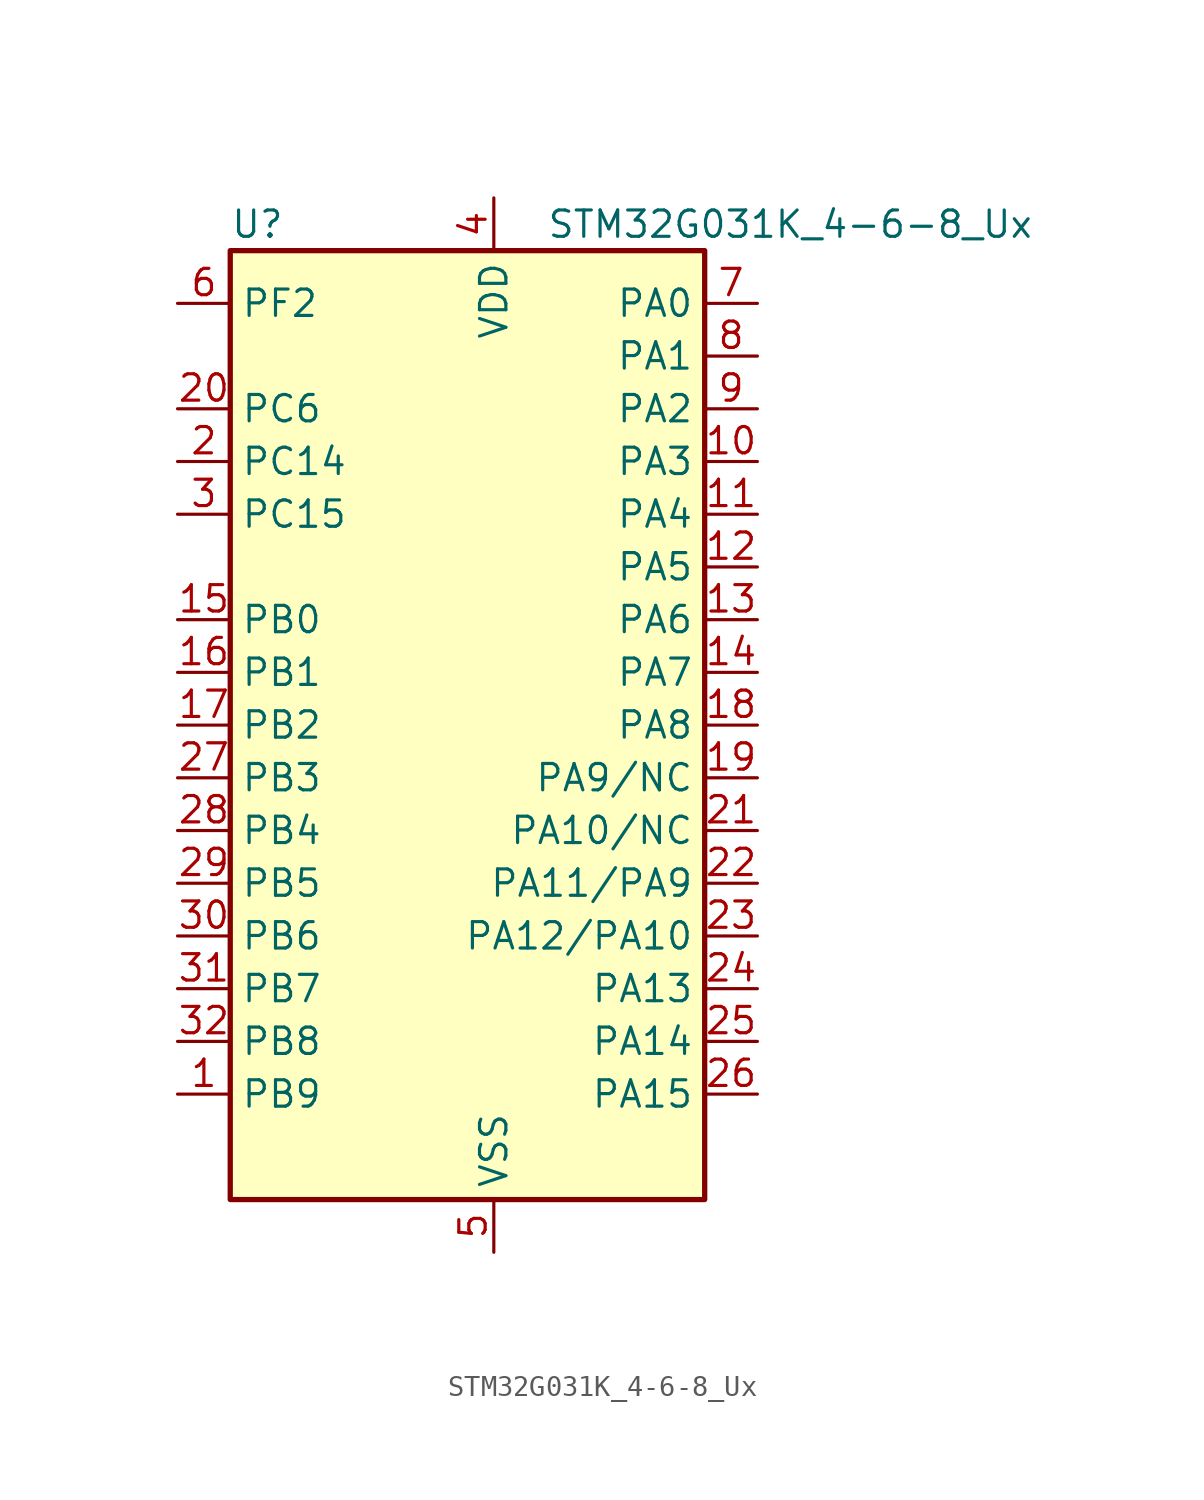
<source format=kicad_sym>
(kicad_symbol_lib
  (version 20211014)
  (generator kicad-library-utils)
  (symbol "STM32G031K_4-6-8_Ux"
    (property "Reference" "U"
      (at -10.16 24.13 0)
      (effects (font (size 1.27 1.27)) (justify left)))
    (property "Value" "STM32G031K_4-6-8_Ux"
      (at 5.08 24.13 0)
      (effects (font (size 1.27 1.27)) (justify left)))
    (property "ki_fp_filters" "QFN*1EP*5x5mm*P0.5mm*"
      (at 0.0 0.0 0.0)
      (effects (font (size 1.27 1.27))))
    (symbol "STM32G031K_4-6-8_Ux_0_1"
      (rectangle (start -10.16 -22.86) (end 12.7 22.86) (stroke (width 0.254)) (fill (type background))))
    (symbol "STM32G031K_4-6-8_Ux_1_1"
      (pin bidirectional line (at -12.7 20.32 0) (length 2.54) (name "PF2" (effects (font (size 1.27 1.27)))) (number "6" (effects (font (size 1.27 1.27)))) (alternate "RCC_MCO" bidirectional line))
      (pin bidirectional line (at -12.7 15.24 0) (length 2.54) (name "PC6" (effects (font (size 1.27 1.27)))) (number "20" (effects (font (size 1.27 1.27)))) (alternate "TIM2_CH3" bidirectional line) (alternate "TIM3_CH1" bidirectional line))
      (pin bidirectional line (at -12.7 12.7 0) (length 2.54) (name "PC14" (effects (font (size 1.27 1.27)))) (number "2" (effects (font (size 1.27 1.27)))) (alternate "RCC_OSC32_IN" bidirectional line) (alternate "RCC_OSC_IN" bidirectional line) (alternate "TIM1_BK2" bidirectional line))
      (pin bidirectional line (at -12.7 10.16 0) (length 2.54) (name "PC15" (effects (font (size 1.27 1.27)))) (number "3" (effects (font (size 1.27 1.27)))) (alternate "RCC_OSC32_EN" bidirectional line) (alternate "RCC_OSC32_OUT" bidirectional line) (alternate "RCC_OSC_EN" bidirectional line))
      (pin bidirectional line (at -12.7 5.08 0) (length 2.54) (name "PB0" (effects (font (size 1.27 1.27)))) (number "15" (effects (font (size 1.27 1.27)))) (alternate "ADC1_IN8" bidirectional line) (alternate "I2S1_WS" bidirectional line) (alternate "LPTIM1_OUT" bidirectional line) (alternate "SPI1_NSS" bidirectional line) (alternate "TIM1_CH2N" bidirectional line) (alternate "TIM3_CH3" bidirectional line))
      (pin bidirectional line (at -12.7 2.54 0) (length 2.54) (name "PB1" (effects (font (size 1.27 1.27)))) (number "16" (effects (font (size 1.27 1.27)))) (alternate "ADC1_IN9" bidirectional line) (alternate "LPTIM2_IN1" bidirectional line) (alternate "LPUART1_DE" bidirectional line) (alternate "LPUART1_RTS" bidirectional line) (alternate "TIM14_CH1" bidirectional line) (alternate "TIM1_CH3N" bidirectional line) (alternate "TIM3_CH4" bidirectional line))
      (pin bidirectional line (at -12.7 0.0 0) (length 2.54) (name "PB2" (effects (font (size 1.27 1.27)))) (number "17" (effects (font (size 1.27 1.27)))) (alternate "ADC1_IN10" bidirectional line) (alternate "LPTIM1_OUT" bidirectional line) (alternate "SPI2_MISO" bidirectional line))
      (pin bidirectional line (at -12.7 -2.54 0) (length 2.54) (name "PB3" (effects (font (size 1.27 1.27)))) (number "27" (effects (font (size 1.27 1.27)))) (alternate "I2S1_CK" bidirectional line) (alternate "SPI1_SCK" bidirectional line) (alternate "TIM1_CH2" bidirectional line) (alternate "TIM2_CH2" bidirectional line) (alternate "USART1_CK" bidirectional line) (alternate "USART1_DE" bidirectional line) (alternate "USART1_RTS" bidirectional line))
      (pin bidirectional line (at -12.7 -5.08 0) (length 2.54) (name "PB4" (effects (font (size 1.27 1.27)))) (number "28" (effects (font (size 1.27 1.27)))) (alternate "I2S1_MCK" bidirectional line) (alternate "SPI1_MISO" bidirectional line) (alternate "TIM17_BK" bidirectional line) (alternate "TIM3_CH1" bidirectional line) (alternate "USART1_CTS" bidirectional line) (alternate "USART1_NSS" bidirectional line))
      (pin bidirectional line (at -12.7 -7.62 0) (length 2.54) (name "PB5" (effects (font (size 1.27 1.27)))) (number "29" (effects (font (size 1.27 1.27)))) (alternate "I2C1_SMBA" bidirectional line) (alternate "I2S1_SD" bidirectional line) (alternate "LPTIM1_IN1" bidirectional line) (alternate "SPI1_MOSI" bidirectional line) (alternate "SYS_WKUP6" bidirectional line) (alternate "TIM16_BK" bidirectional line) (alternate "TIM3_CH2" bidirectional line))
      (pin bidirectional line (at -12.7 -10.16 0) (length 2.54) (name "PB6" (effects (font (size 1.27 1.27)))) (number "30" (effects (font (size 1.27 1.27)))) (alternate "I2C1_SCL" bidirectional line) (alternate "LPTIM1_ETR" bidirectional line) (alternate "SPI2_MISO" bidirectional line) (alternate "TIM16_CH1N" bidirectional line) (alternate "TIM1_CH3" bidirectional line) (alternate "USART1_TX" bidirectional line))
      (pin bidirectional line (at -12.7 -12.7 0) (length 2.54) (name "PB7" (effects (font (size 1.27 1.27)))) (number "31" (effects (font (size 1.27 1.27)))) (alternate "ADC1_IN11" bidirectional line) (alternate "I2C1_SDA" bidirectional line) (alternate "LPTIM1_IN2" bidirectional line) (alternate "SPI2_MOSI" bidirectional line) (alternate "SYS_PVD_IN" bidirectional line) (alternate "TIM17_CH1N" bidirectional line) (alternate "USART1_RX" bidirectional line))
      (pin bidirectional line (at -12.7 -15.24 0) (length 2.54) (name "PB8" (effects (font (size 1.27 1.27)))) (number "32" (effects (font (size 1.27 1.27)))) (alternate "I2C1_SCL" bidirectional line) (alternate "SPI2_SCK" bidirectional line) (alternate "TIM16_CH1" bidirectional line))
      (pin bidirectional line (at -12.7 -17.78 0) (length 2.54) (name "PB9" (effects (font (size 1.27 1.27)))) (number "1" (effects (font (size 1.27 1.27)))) (alternate "I2C1_SDA" bidirectional line) (alternate "IR_OUT" bidirectional line) (alternate "SPI2_NSS" bidirectional line) (alternate "TIM17_CH1" bidirectional line))
      (pin bidirectional line (at 15.24 20.32 180) (length 2.54) (name "PA0" (effects (font (size 1.27 1.27)))) (number "7" (effects (font (size 1.27 1.27)))) (alternate "ADC1_IN0" bidirectional line) (alternate "LPTIM1_OUT" bidirectional line) (alternate "RTC_TAMP_IN2" bidirectional line) (alternate "SPI2_SCK" bidirectional line) (alternate "SYS_WKUP1" bidirectional line) (alternate "TIM2_CH1" bidirectional line) (alternate "TIM2_ETR" bidirectional line) (alternate "USART2_CTS" bidirectional line) (alternate "USART2_NSS" bidirectional line))
      (pin bidirectional line (at 15.24 17.78 180) (length 2.54) (name "PA1" (effects (font (size 1.27 1.27)))) (number "8" (effects (font (size 1.27 1.27)))) (alternate "ADC1_IN1" bidirectional line) (alternate "I2C1_SMBA" bidirectional line) (alternate "I2S1_CK" bidirectional line) (alternate "SPI1_SCK" bidirectional line) (alternate "TIM2_CH2" bidirectional line) (alternate "USART2_CK" bidirectional line) (alternate "USART2_DE" bidirectional line) (alternate "USART2_RTS" bidirectional line))
      (pin bidirectional line (at 15.24 15.24 180) (length 2.54) (name "PA2" (effects (font (size 1.27 1.27)))) (number "9" (effects (font (size 1.27 1.27)))) (alternate "ADC1_IN2" bidirectional line) (alternate "I2S1_SD" bidirectional line) (alternate "LPUART1_TX" bidirectional line) (alternate "RCC_LSCO" bidirectional line) (alternate "SPI1_MOSI" bidirectional line) (alternate "SYS_WKUP4" bidirectional line) (alternate "TIM2_CH3" bidirectional line) (alternate "USART2_TX" bidirectional line))
      (pin bidirectional line (at 15.24 12.7 180) (length 2.54) (name "PA3" (effects (font (size 1.27 1.27)))) (number "10" (effects (font (size 1.27 1.27)))) (alternate "ADC1_IN3" bidirectional line) (alternate "LPUART1_RX" bidirectional line) (alternate "SPI2_MISO" bidirectional line) (alternate "TIM2_CH4" bidirectional line) (alternate "USART2_RX" bidirectional line))
      (pin bidirectional line (at 15.24 10.16 180) (length 2.54) (name "PA4" (effects (font (size 1.27 1.27)))) (number "11" (effects (font (size 1.27 1.27)))) (alternate "ADC1_IN4" bidirectional line) (alternate "I2S1_WS" bidirectional line) (alternate "LPTIM2_OUT" bidirectional line) (alternate "RTC_OUT_ALARM" bidirectional line) (alternate "RTC_OUT_CALIB" bidirectional line) (alternate "RTC_TAMP_IN1" bidirectional line) (alternate "RTC_TS" bidirectional line) (alternate "SPI1_NSS" bidirectional line) (alternate "SPI2_MOSI" bidirectional line) (alternate "SYS_WKUP2" bidirectional line) (alternate "TIM14_CH1" bidirectional line))
      (pin bidirectional line (at 15.24 7.62 180) (length 2.54) (name "PA5" (effects (font (size 1.27 1.27)))) (number "12" (effects (font (size 1.27 1.27)))) (alternate "ADC1_IN5" bidirectional line) (alternate "I2S1_CK" bidirectional line) (alternate "LPTIM2_ETR" bidirectional line) (alternate "SPI1_SCK" bidirectional line) (alternate "TIM2_CH1" bidirectional line) (alternate "TIM2_ETR" bidirectional line))
      (pin bidirectional line (at 15.24 5.08 180) (length 2.54) (name "PA6" (effects (font (size 1.27 1.27)))) (number "13" (effects (font (size 1.27 1.27)))) (alternate "ADC1_IN6" bidirectional line) (alternate "I2S1_MCK" bidirectional line) (alternate "LPUART1_CTS" bidirectional line) (alternate "SPI1_MISO" bidirectional line) (alternate "TIM16_CH1" bidirectional line) (alternate "TIM1_BK" bidirectional line) (alternate "TIM3_CH1" bidirectional line))
      (pin bidirectional line (at 15.24 2.54 180) (length 2.54) (name "PA7" (effects (font (size 1.27 1.27)))) (number "14" (effects (font (size 1.27 1.27)))) (alternate "ADC1_IN7" bidirectional line) (alternate "I2S1_SD" bidirectional line) (alternate "SPI1_MOSI" bidirectional line) (alternate "TIM14_CH1" bidirectional line) (alternate "TIM17_CH1" bidirectional line) (alternate "TIM1_CH1N" bidirectional line) (alternate "TIM3_CH2" bidirectional line))
      (pin bidirectional line (at 15.24 0.0 180) (length 2.54) (name "PA8" (effects (font (size 1.27 1.27)))) (number "18" (effects (font (size 1.27 1.27)))) (alternate "LPTIM2_OUT" bidirectional line) (alternate "RCC_MCO" bidirectional line) (alternate "SPI2_NSS" bidirectional line) (alternate "TIM1_CH1" bidirectional line))
      (pin bidirectional line (at 15.24 -2.54 180) (length 2.54) (name "PA9/NC" (effects (font (size 1.27 1.27)))) (number "19" (effects (font (size 1.27 1.27)))) (alternate "I2C1_SCL" bidirectional line) (alternate "RCC_MCO" bidirectional line) (alternate "SPI2_MISO" bidirectional line) (alternate "TIM1_CH2" bidirectional line) (alternate "USART1_TX" bidirectional line))
      (pin bidirectional line (at 15.24 -5.08 180) (length 2.54) (name "PA10/NC" (effects (font (size 1.27 1.27)))) (number "21" (effects (font (size 1.27 1.27)))) (alternate "I2C1_SDA" bidirectional line) (alternate "SPI2_MOSI" bidirectional line) (alternate "TIM17_BK" bidirectional line) (alternate "TIM1_CH3" bidirectional line) (alternate "USART1_RX" bidirectional line))
      (pin bidirectional line (at 15.24 -7.62 180) (length 2.54) (name "PA11/PA9" (effects (font (size 1.27 1.27)))) (number "22" (effects (font (size 1.27 1.27)))) (alternate "ADC1_EXTI11" bidirectional line) (alternate "ADC1_IN15" bidirectional line) (alternate "I2C2_SCL" bidirectional line) (alternate "I2S1_MCK" bidirectional line) (alternate "SPI1_MISO" bidirectional line) (alternate "TIM1_BK2" bidirectional line) (alternate "TIM1_CH4" bidirectional line) (alternate "USART1_CTS" bidirectional line) (alternate "USART1_NSS" bidirectional line))
      (pin bidirectional line (at 15.24 -10.16 180) (length 2.54) (name "PA12/PA10" (effects (font (size 1.27 1.27)))) (number "23" (effects (font (size 1.27 1.27)))) (alternate "ADC1_IN16" bidirectional line) (alternate "I2C2_SDA" bidirectional line) (alternate "I2S1_SD" bidirectional line) (alternate "I2S_CKIN" bidirectional line) (alternate "SPI1_MOSI" bidirectional line) (alternate "TIM1_ETR" bidirectional line) (alternate "USART1_CK" bidirectional line) (alternate "USART1_DE" bidirectional line) (alternate "USART1_RTS" bidirectional line))
      (pin bidirectional line (at 15.24 -12.7 180) (length 2.54) (name "PA13" (effects (font (size 1.27 1.27)))) (number "24" (effects (font (size 1.27 1.27)))) (alternate "ADC1_IN17" bidirectional line) (alternate "IR_OUT" bidirectional line) (alternate "SYS_SWDIO" bidirectional line))
      (pin bidirectional line (at 15.24 -15.24 180) (length 2.54) (name "PA14" (effects (font (size 1.27 1.27)))) (number "25" (effects (font (size 1.27 1.27)))) (alternate "ADC1_IN18" bidirectional line) (alternate "SYS_SWCLK" bidirectional line) (alternate "USART2_TX" bidirectional line))
      (pin bidirectional line (at 15.24 -17.78 180) (length 2.54) (name "PA15" (effects (font (size 1.27 1.27)))) (number "26" (effects (font (size 1.27 1.27)))) (alternate "I2S1_WS" bidirectional line) (alternate "SPI1_NSS" bidirectional line) (alternate "TIM2_CH1" bidirectional line) (alternate "TIM2_ETR" bidirectional line) (alternate "USART2_RX" bidirectional line))
      (pin power_in line (at 2.54 25.4 270) (length 2.54) (name "VDD" (effects (font (size 1.27 1.27)))) (number "4" (effects (font (size 1.27 1.27)))))
      (pin power_in line (at 2.54 -25.4 90) (length 2.54) (name "VSS" (effects (font (size 1.27 1.27)))) (number "5" (effects (font (size 1.27 1.27)))))
      (pin passive line (at 2.54 -25.4 90) (length 2.54) hide (name "VSS" (effects (font (size 1.27 1.27)))) (number "33" (effects (font (size 1.27 1.27))))))))
</source>
